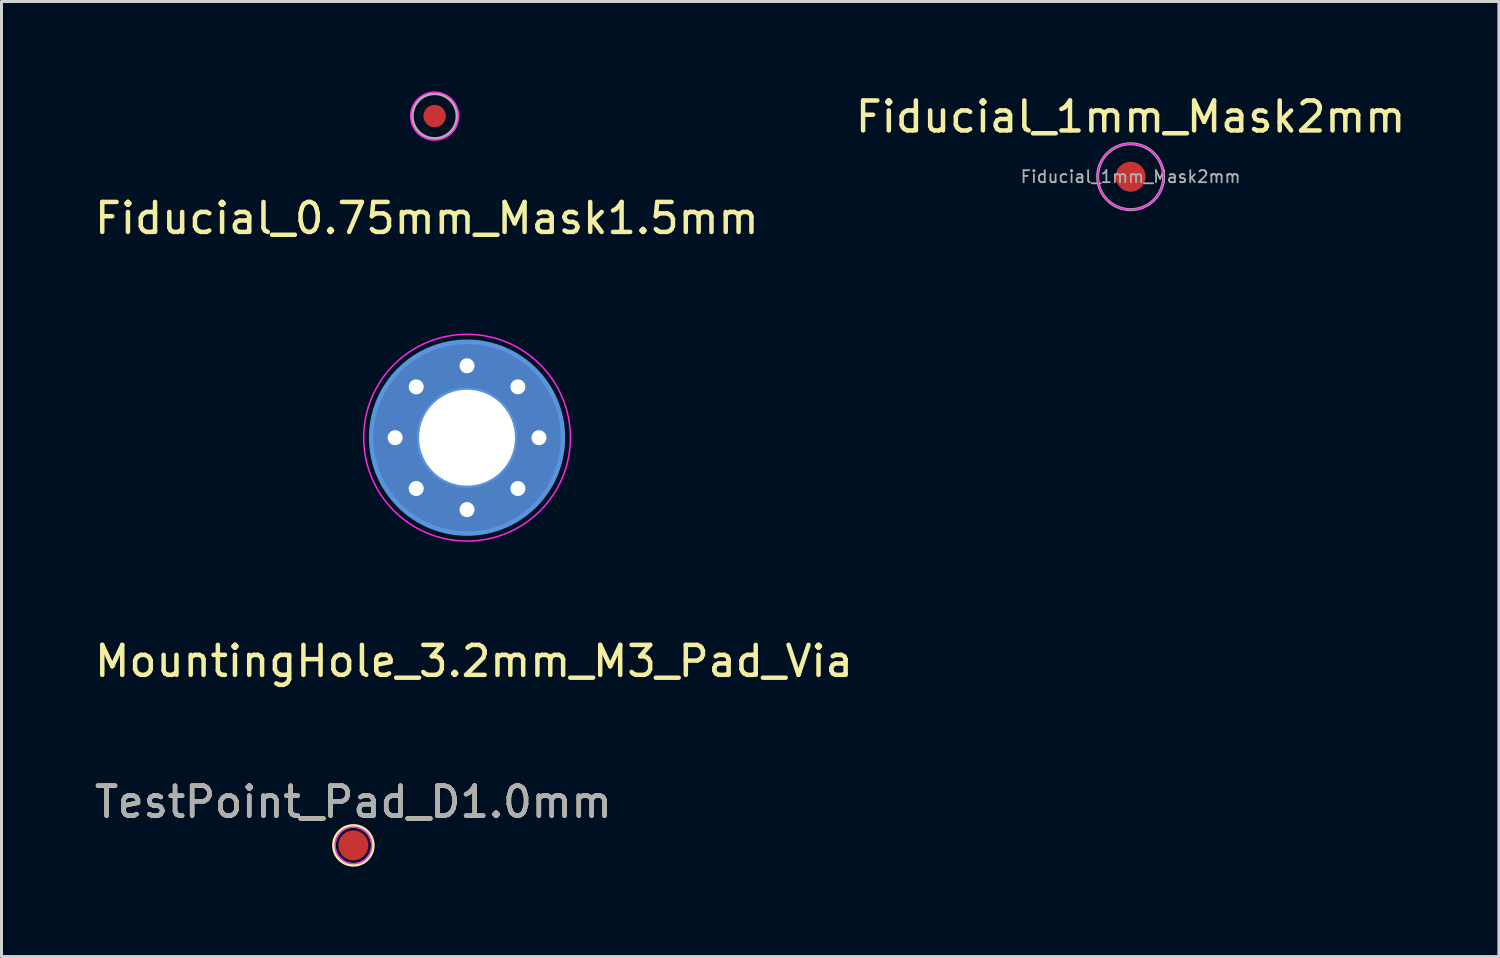
<source format=kicad_pcb>
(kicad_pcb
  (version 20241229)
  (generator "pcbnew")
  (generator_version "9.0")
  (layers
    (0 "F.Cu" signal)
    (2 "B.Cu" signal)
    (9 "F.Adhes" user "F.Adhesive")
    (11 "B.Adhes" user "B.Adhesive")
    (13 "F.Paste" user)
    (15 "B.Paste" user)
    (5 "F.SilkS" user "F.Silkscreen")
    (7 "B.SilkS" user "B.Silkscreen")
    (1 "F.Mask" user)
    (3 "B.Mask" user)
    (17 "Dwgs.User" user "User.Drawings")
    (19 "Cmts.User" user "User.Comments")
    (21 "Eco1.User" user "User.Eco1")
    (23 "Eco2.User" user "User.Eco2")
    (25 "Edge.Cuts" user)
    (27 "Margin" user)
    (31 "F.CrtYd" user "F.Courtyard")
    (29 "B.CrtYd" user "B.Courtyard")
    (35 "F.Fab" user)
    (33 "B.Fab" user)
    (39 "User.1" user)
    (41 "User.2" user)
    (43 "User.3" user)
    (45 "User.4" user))
  (footprint "Fiducial_0.75mm_Mask1.5mm"
    (layer "F.Cu")
    (at 11.456 0.825)
    (property "Reference" "Fiducial_0.75mm_Mask1.5mm" (at -0.26 3.41 0) (layer "F.SilkS") (effects (font (size 1 1) (thickness 0.15))))
    (attr smd)
    (fp_circle (center 0 0) (end 0.8 0) (stroke (width 0.05) (type solid)) (fill no) (layer "F.CrtYd"))
    (fp_circle (center 0 0) (end 0.75 0) (stroke (width 0.1) (type solid)) (fill no) (layer "F.Fab"))
    (pad "" smd circle (at 0 0) (size 0.75 0.75) (layers "F.Cu" "F.Mask")))
  (footprint "MountingHole_3.2mm_M3_Pad_Via"
    (layer "F.Cu")
    (at 12.538 11.558)
    (property "Reference" "MountingHole_3.2mm_M3_Pad_Via" (at 0.23 7.46 0) (layer "F.SilkS") (effects (font (size 1 1) (thickness 0.15))))
    (attr exclude_from_pos_files exclude_from_bom)
    (fp_circle (center 0 0) (end 1.6 0) (stroke (width 0.15) (type solid)) (fill no) (layer "Cmts.User"))
    (fp_circle (center 0 0) (end 3.2 0) (stroke (width 0.15) (type solid)) (fill no) (layer "Cmts.User"))
    (fp_circle (center 0 0) (end 3.45 0) (stroke (width 0.05) (type solid)) (fill no) (layer "F.CrtYd"))
    (pad "1" thru_hole circle (at -2.4 0) (size 0.8 0.8) (drill 0.5) (layers "*.Cu" "*.Mask"))
    (pad "1" thru_hole circle (at -1.697 -1.697) (size 0.8 0.8) (drill 0.5) (layers "*.Cu" "*.Mask"))
    (pad "1" thru_hole circle (at -1.697 1.697) (size 0.8 0.8) (drill 0.5) (layers "*.Cu" "*.Mask"))
    (pad "1" thru_hole circle (at 0 -2.4) (size 0.8 0.8) (drill 0.5) (layers "*.Cu" "*.Mask"))
    (pad "1" thru_hole circle (at 0 0) (size 6.4 6.4) (drill 3.2) (layers "*.Cu" "*.Mask"))
    (pad "1" thru_hole circle (at 0 2.4) (size 0.8 0.8) (drill 0.5) (layers "*.Cu" "*.Mask"))
    (pad "1" thru_hole circle (at 1.697 -1.697) (size 0.8 0.8) (drill 0.5) (layers "*.Cu" "*.Mask"))
    (pad "1" thru_hole circle (at 1.697 1.697) (size 0.8 0.8) (drill 0.5) (layers "*.Cu" "*.Mask"))
    (pad "1" thru_hole circle (at 2.4 0) (size 0.8 0.8) (drill 0.5) (layers "*.Cu" "*.Mask")))
  (footprint "TestPoint_Pad_D1.0mm"
    (layer "F.Cu")
    (at 8.744 25.165)
    (property "Reference" "TestPoint_Pad_D1.0mm" (at 0 -1.448 0) (layer "F.SilkS") (effects (font (size 1 1) (thickness 0.15))))
    (attr exclude_from_pos_files exclude_from_bom)
    (fp_circle (center 0 0) (end 0.65 0) (stroke (width 0.12) (type solid)) (fill no) (layer "F.SilkS"))
    (fp_circle (center 0 0) (end 0.61 0) (stroke (width 0.05) (type solid)) (fill no) (layer "F.CrtYd"))
    (fp_text user "${REFERENCE}" (at 0 -1.45 0) (layer "F.Fab") (effects (font (size 1 1) (thickness 0.15))))
    (pad "1" smd circle (at 0 0) (size 1 1) (layers "F.Cu" "F.Mask")))
  (footprint "Fiducial_1mm_Mask2mm"
    (layer "F.Cu")
    (at 34.685 2.848)
    (property "Reference" "Fiducial_1mm_Mask2mm" (at 0 -2 0) (layer "F.SilkS") (effects (font (size 1 1) (thickness 0.15))))
    (attr smd)
    (fp_circle (center 0 0) (end 1.1 0) (stroke (width 0.05) (type solid)) (fill no) (layer "F.CrtYd"))
    (fp_circle (center 0 0) (end 1.1 0) (stroke (width 0.1) (type solid)) (fill no) (layer "F.Fab"))
    (fp_text user "${REFERENCE}" (at 0 0 0) (layer "F.Fab") (effects (font (size 0.4 0.4) (thickness 0.06))))
    (pad "" smd circle (at 0 0) (size 1 1) (layers "F.Cu" "F.Mask")))
  (gr_rect
    (start -3 -3)
    (end 46.976 28.875)
    (stroke (width 0.1) (type default))
    (fill no)
    (layer "Edge.Cuts")))
</source>
